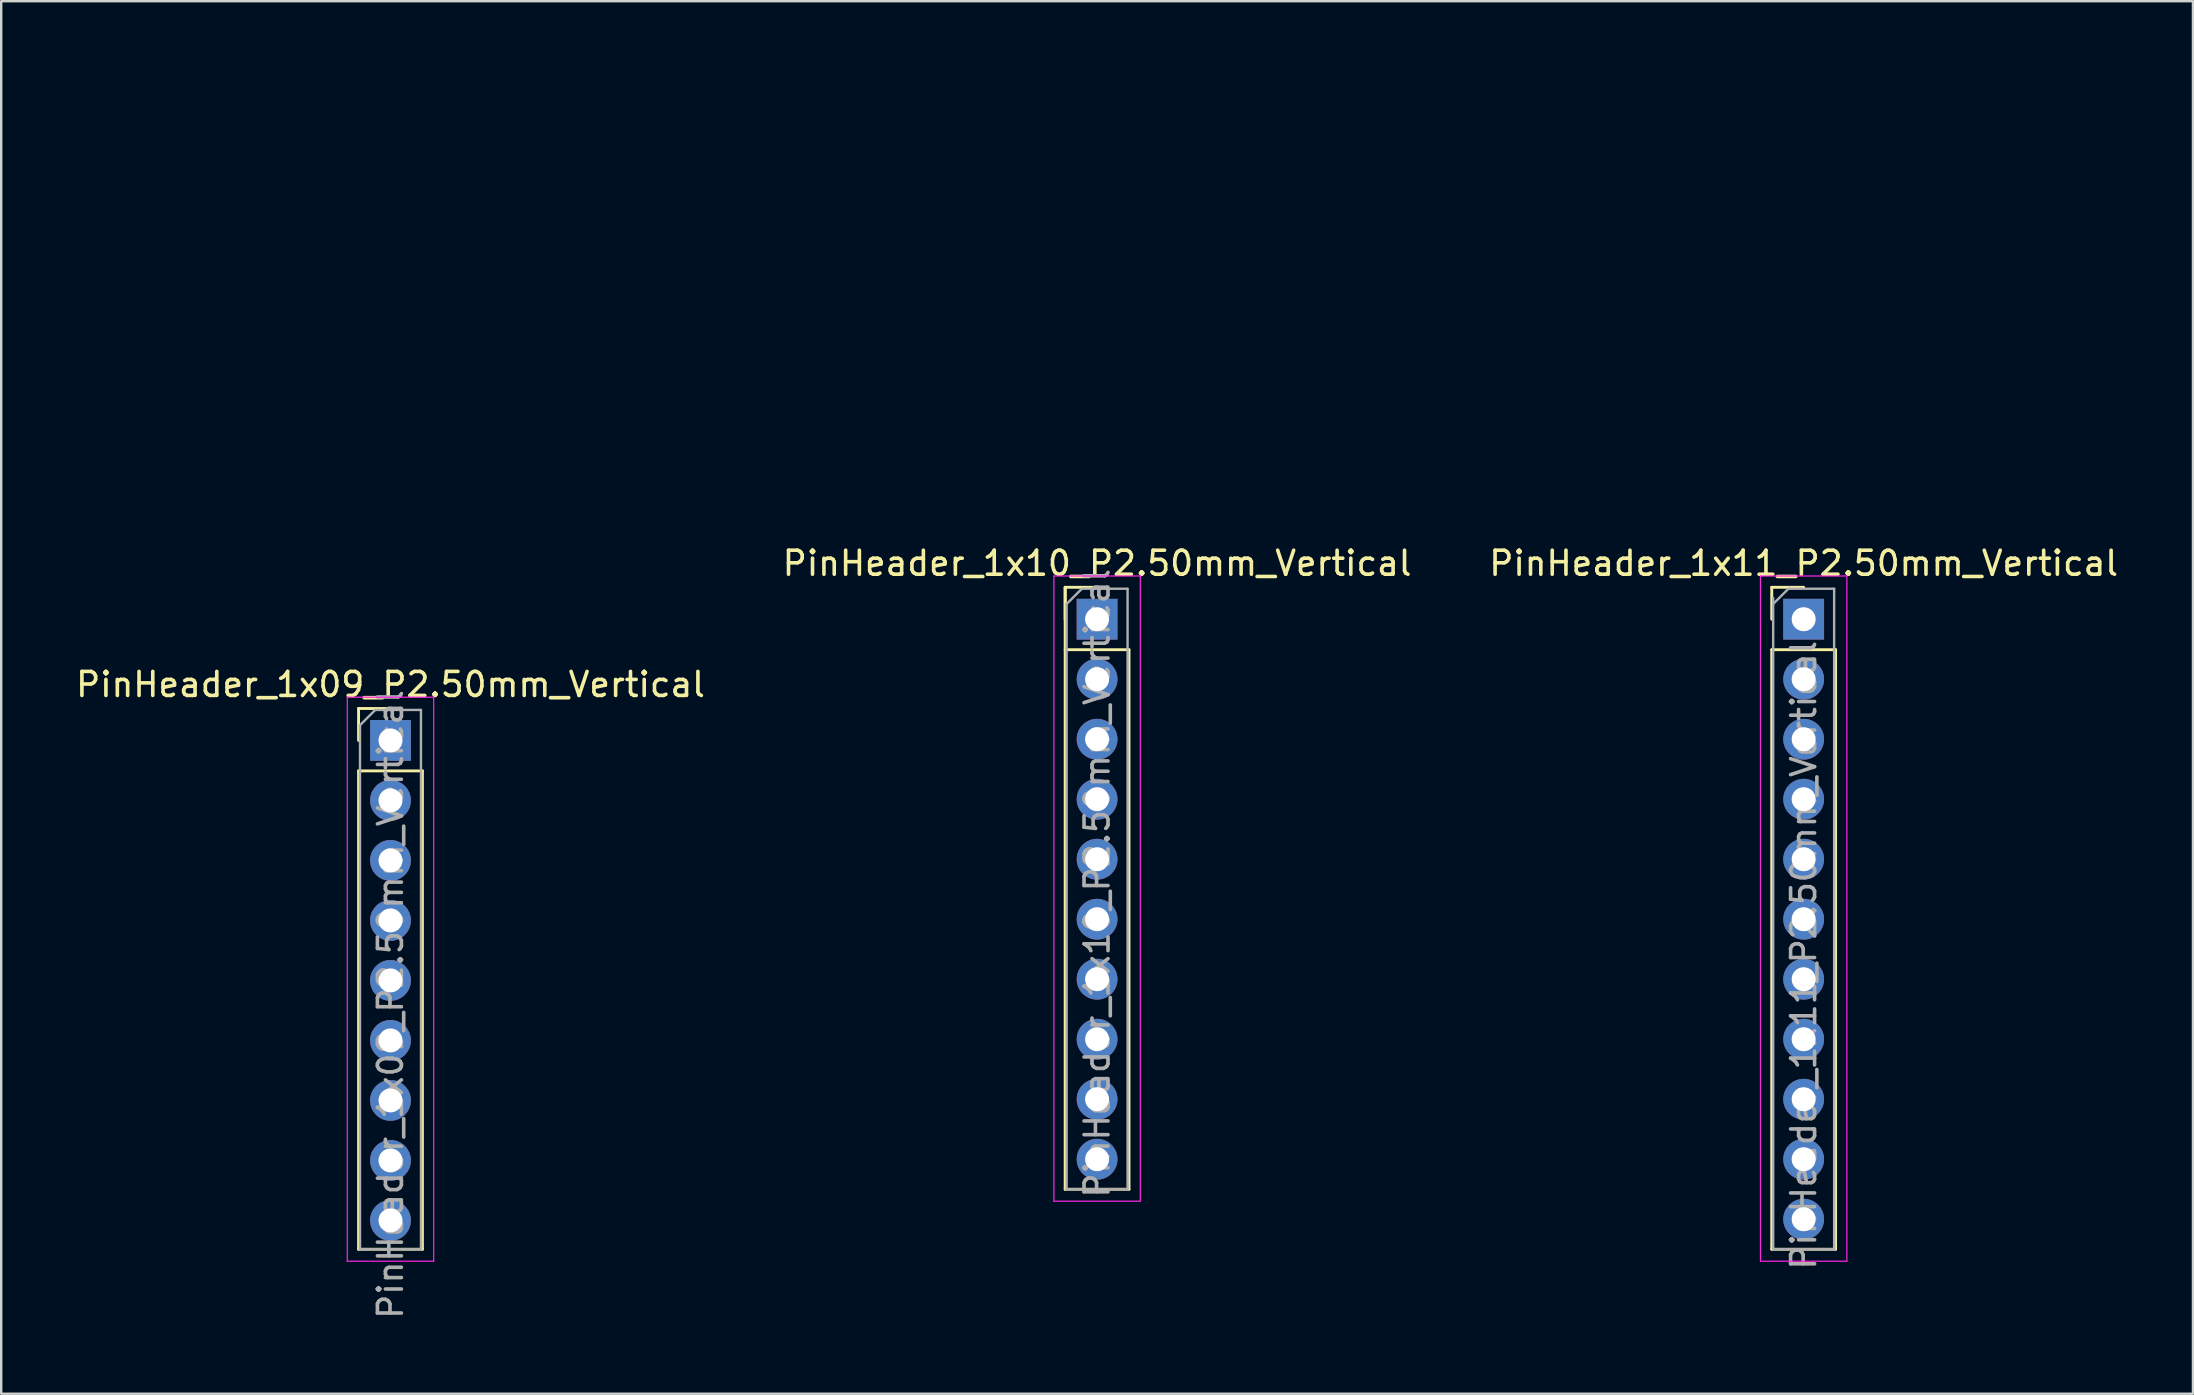
<source format=kicad_pcb>
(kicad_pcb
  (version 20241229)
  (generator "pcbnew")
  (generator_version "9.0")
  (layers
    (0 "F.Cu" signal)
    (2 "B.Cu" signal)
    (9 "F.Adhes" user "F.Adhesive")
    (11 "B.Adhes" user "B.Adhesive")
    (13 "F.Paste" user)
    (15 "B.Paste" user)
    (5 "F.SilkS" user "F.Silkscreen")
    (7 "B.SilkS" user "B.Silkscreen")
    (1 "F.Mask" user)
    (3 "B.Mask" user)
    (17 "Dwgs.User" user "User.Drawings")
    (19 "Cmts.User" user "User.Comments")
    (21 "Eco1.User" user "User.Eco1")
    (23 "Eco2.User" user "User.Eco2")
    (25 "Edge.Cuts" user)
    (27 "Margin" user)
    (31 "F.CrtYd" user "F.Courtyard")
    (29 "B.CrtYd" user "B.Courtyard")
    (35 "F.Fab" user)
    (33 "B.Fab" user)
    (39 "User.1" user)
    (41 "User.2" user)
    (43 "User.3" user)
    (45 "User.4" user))
  (footprint "PinHeader_1x11_P2.50mm_Vertical"
    (layer "F.Cu")
    (at 72.101 0.25)
    (property "Reference" "PinHeader_1x11_P2.50mm_Vertical" (at 0 20.17 0) (layer "F.SilkS") (effects (font (size 1 1) (thickness 0.15))))
    (attr through_hole)
    (fp_line (start -1.33 21.17) (end 0 21.17) (stroke (width 0.12) (type solid)) (layer "F.SilkS"))
    (fp_line (start -1.33 22.5) (end -1.33 21.17) (stroke (width 0.12) (type solid)) (layer "F.SilkS"))
    (fp_line (start -1.33 23.77) (end -1.33 48.75) (stroke (width 0.12) (type solid)) (layer "F.SilkS"))
    (fp_line (start -1.33 23.77) (end 1.33 23.77) (stroke (width 0.12) (type solid)) (layer "F.SilkS"))
    (fp_line (start -1.33 48.75) (end 1.33 48.75) (stroke (width 0.12) (type solid)) (layer "F.SilkS"))
    (fp_line (start 1.33 23.77) (end 1.33 48.75) (stroke (width 0.12) (type solid)) (layer "F.SilkS"))
    (fp_line (start -1.8 20.7) (end -1.8 49.25) (stroke (width 0.05) (type solid)) (layer "F.CrtYd"))
    (fp_line (start -1.8 49.25) (end 1.8 49.25) (stroke (width 0.05) (type solid)) (layer "F.CrtYd"))
    (fp_line (start 1.8 20.7) (end -1.8 20.7) (stroke (width 0.05) (type solid)) (layer "F.CrtYd"))
    (fp_line (start 1.8 49.25) (end 1.8 20.7) (stroke (width 0.05) (type solid)) (layer "F.CrtYd"))
    (fp_line (start -1.27 21.865) (end -0.635 21.23) (stroke (width 0.1) (type solid)) (layer "F.Fab"))
    (fp_line (start -1.27 48.75) (end -1.27 21.615) (stroke (width 0.1) (type solid)) (layer "F.Fab"))
    (fp_line (start -0.635 21.23) (end 1.27 21.23) (stroke (width 0.1) (type solid)) (layer "F.Fab"))
    (fp_line (start 1.27 21.23) (end 1.27 48.75) (stroke (width 0.1) (type solid)) (layer "F.Fab"))
    (fp_line (start 1.27 48.75) (end -1.27 48.75) (stroke (width 0.1) (type solid)) (layer "F.Fab"))
    (fp_text user "${REFERENCE}" (at 0 36.5 90) (layer "F.Fab") (effects (font (size 1 1) (thickness 0.15))))
    (pad "1" thru_hole rect (at 0 22.5) (size 1.7 1.7) (drill 1) (layers "*.Cu" "*.Mask"))
    (pad "2" thru_hole oval (at 0 25) (size 1.7 1.7) (drill 1) (layers "*.Cu" "*.Mask"))
    (pad "3" thru_hole oval (at 0 27.5) (size 1.7 1.7) (drill 1) (layers "*.Cu" "*.Mask"))
    (pad "4" thru_hole oval (at 0 30) (size 1.7 1.7) (drill 1) (layers "*.Cu" "*.Mask"))
    (pad "5" thru_hole oval (at 0 32.5) (size 1.7 1.7) (drill 1) (layers "*.Cu" "*.Mask"))
    (pad "6" thru_hole oval (at 0 35) (size 1.7 1.7) (drill 1) (layers "*.Cu" "*.Mask"))
    (pad "7" thru_hole oval (at 0 37.5) (size 1.7 1.7) (drill 1) (layers "*.Cu" "*.Mask"))
    (pad "8" thru_hole oval (at 0 40) (size 1.7 1.7) (drill 1) (layers "*.Cu" "*.Mask"))
    (pad "9" thru_hole oval (at 0 42.5) (size 1.7 1.7) (drill 1) (layers "*.Cu" "*.Mask"))
    (pad "10" thru_hole oval (at 0 45) (size 1.7 1.7) (drill 1) (layers "*.Cu" "*.Mask"))
    (pad "11" thru_hole oval (at 0 47.5) (size 1.7 1.7) (drill 1) (layers "*.Cu" "*.Mask")))
  (footprint "PinHeader_1x10_P2.50mm_Vertical"
    (layer "F.Cu")
    (at 42.661 0.25)
    (property "Reference" "PinHeader_1x10_P2.50mm_Vertical" (at 0 20.17 0) (layer "F.SilkS") (effects (font (size 1 1) (thickness 0.15))))
    (attr through_hole)
    (fp_line (start -1.33 21.17) (end -1.33 46.25) (stroke (width 0.12) (type solid)) (layer "F.SilkS"))
    (fp_line (start -1.33 21.17) (end 0 21.17) (stroke (width 0.12) (type solid)) (layer "F.SilkS"))
    (fp_line (start -1.33 22.5) (end -1.33 21.17) (stroke (width 0.12) (type solid)) (layer "F.SilkS"))
    (fp_line (start -1.33 23.77) (end 1.33 23.77) (stroke (width 0.12) (type solid)) (layer "F.SilkS"))
    (fp_line (start -1.33 46.25) (end 1.33 46.25) (stroke (width 0.12) (type solid)) (layer "F.SilkS"))
    (fp_line (start 1.33 23.77) (end 1.33 46.25) (stroke (width 0.12) (type solid)) (layer "F.SilkS"))
    (fp_line (start -1.8 20.7) (end -1.8 46.75) (stroke (width 0.05) (type solid)) (layer "F.CrtYd"))
    (fp_line (start -1.8 46.75) (end 1.8 46.75) (stroke (width 0.05) (type solid)) (layer "F.CrtYd"))
    (fp_line (start 1.8 20.7) (end -1.8 20.7) (stroke (width 0.05) (type solid)) (layer "F.CrtYd"))
    (fp_line (start 1.8 46.75) (end 1.8 20.7) (stroke (width 0.05) (type solid)) (layer "F.CrtYd"))
    (fp_line (start -1.27 21.865) (end -0.635 21.23) (stroke (width 0.1) (type solid)) (layer "F.Fab"))
    (fp_line (start -1.27 46.25) (end -1.27 21.865) (stroke (width 0.1) (type solid)) (layer "F.Fab"))
    (fp_line (start -0.635 21.23) (end 1.27 21.23) (stroke (width 0.1) (type solid)) (layer "F.Fab"))
    (fp_line (start 1.27 21.23) (end 1.27 46.25) (stroke (width 0.1) (type solid)) (layer "F.Fab"))
    (fp_line (start 1.27 46.25) (end -1.27 46.25) (stroke (width 0.1) (type solid)) (layer "F.Fab"))
    (fp_text user "${REFERENCE}" (at 0 33.5 90) (layer "F.Fab") (effects (font (size 1 1) (thickness 0.15))))
    (pad "1" thru_hole rect (at 0 22.5) (size 1.7 1.7) (drill 1) (layers "*.Cu" "*.Mask"))
    (pad "2" thru_hole oval (at 0 25) (size 1.7 1.7) (drill 1) (layers "*.Cu" "*.Mask"))
    (pad "3" thru_hole oval (at 0 27.5) (size 1.7 1.7) (drill 1) (layers "*.Cu" "*.Mask"))
    (pad "4" thru_hole oval (at 0 30) (size 1.7 1.7) (drill 1) (layers "*.Cu" "*.Mask"))
    (pad "5" thru_hole oval (at 0 32.5) (size 1.7 1.7) (drill 1) (layers "*.Cu" "*.Mask"))
    (pad "6" thru_hole oval (at 0 35) (size 1.7 1.7) (drill 1) (layers "*.Cu" "*.Mask"))
    (pad "7" thru_hole oval (at 0 37.5) (size 1.7 1.7) (drill 1) (layers "*.Cu" "*.Mask"))
    (pad "8" thru_hole oval (at 0 40) (size 1.7 1.7) (drill 1) (layers "*.Cu" "*.Mask"))
    (pad "9" thru_hole oval (at 0 42.5) (size 1.7 1.7) (drill 1) (layers "*.Cu" "*.Mask"))
    (pad "10" thru_hole oval (at 0 45) (size 1.7 1.7) (drill 1) (layers "*.Cu" "*.Mask")))
  (footprint "PinHeader_1x09_P2.50mm_Vertical"
    (layer "F.Cu")
    (at 13.22 0.25)
    (property "Reference" "PinHeader_1x09_P2.50mm_Vertical" (at 0 25.22 0) (layer "F.SilkS") (effects (font (size 1 1) (thickness 0.15))))
    (attr through_hole)
    (fp_line (start -1.33 26.22) (end 0 26.22) (stroke (width 0.12) (type solid)) (layer "F.SilkS"))
    (fp_line (start -1.33 27.55) (end -1.33 26.22) (stroke (width 0.12) (type solid)) (layer "F.SilkS"))
    (fp_line (start -1.33 28.82) (end -1.33 48.75) (stroke (width 0.12) (type solid)) (layer "F.SilkS"))
    (fp_line (start -1.33 28.82) (end 1.33 28.82) (stroke (width 0.12) (type solid)) (layer "F.SilkS"))
    (fp_line (start -1.33 48.75) (end 1.33 48.75) (stroke (width 0.12) (type solid)) (layer "F.SilkS"))
    (fp_line (start 1.33 28.82) (end 1.33 48.75) (stroke (width 0.12) (type solid)) (layer "F.SilkS"))
    (fp_line (start -1.8 25.75) (end -1.8 49.25) (stroke (width 0.05) (type solid)) (layer "F.CrtYd"))
    (fp_line (start -1.8 49.25) (end 1.8 49.25) (stroke (width 0.05) (type solid)) (layer "F.CrtYd"))
    (fp_line (start 1.8 25.75) (end -1.8 25.75) (stroke (width 0.05) (type solid)) (layer "F.CrtYd"))
    (fp_line (start 1.8 49.25) (end 1.8 25.75) (stroke (width 0.05) (type solid)) (layer "F.CrtYd"))
    (fp_line (start -1.27 26.915) (end -0.635 26.28) (stroke (width 0.1) (type solid)) (layer "F.Fab"))
    (fp_line (start -1.27 48.75) (end -1.27 26.915) (stroke (width 0.1) (type solid)) (layer "F.Fab"))
    (fp_line (start -0.635 26.28) (end 1.27 26.28) (stroke (width 0.1) (type solid)) (layer "F.Fab"))
    (fp_line (start 1.27 26.28) (end 1.27 48.75) (stroke (width 0.1) (type solid)) (layer "F.Fab"))
    (fp_line (start 1.27 48.75) (end -1.27 48.75) (stroke (width 0.1) (type solid)) (layer "F.Fab"))
    (fp_text user "${REFERENCE}" (at 0 38.55 90) (layer "F.Fab") (effects (font (size 1 1) (thickness 0.15))))
    (pad "1" thru_hole rect (at 0 27.55) (size 1.7 1.7) (drill 1) (layers "*.Cu" "*.Mask"))
    (pad "2" thru_hole oval (at 0 30.05) (size 1.7 1.7) (drill 1) (layers "*.Cu" "*.Mask"))
    (pad "3" thru_hole oval (at 0 32.55) (size 1.7 1.7) (drill 1) (layers "*.Cu" "*.Mask"))
    (pad "4" thru_hole oval (at 0 35.05) (size 1.7 1.7) (drill 1) (layers "*.Cu" "*.Mask"))
    (pad "5" thru_hole oval (at 0 37.55) (size 1.7 1.7) (drill 1) (layers "*.Cu" "*.Mask"))
    (pad "6" thru_hole oval (at 0 40.05) (size 1.7 1.7) (drill 1) (layers "*.Cu" "*.Mask"))
    (pad "7" thru_hole oval (at 0 42.55) (size 1.7 1.7) (drill 1) (layers "*.Cu" "*.Mask"))
    (pad "8" thru_hole oval (at 0 45.05) (size 1.7 1.7) (drill 1) (layers "*.Cu" "*.Mask"))
    (pad "9" thru_hole oval (at 0 47.55) (size 1.7 1.7) (drill 1) (layers "*.Cu" "*.Mask")))
  (gr_rect
    (start -3 -3)
    (end 88.321 55.02)
    (stroke (width 0.1) (type default))
    (fill no)
    (layer "Edge.Cuts")))
</source>
